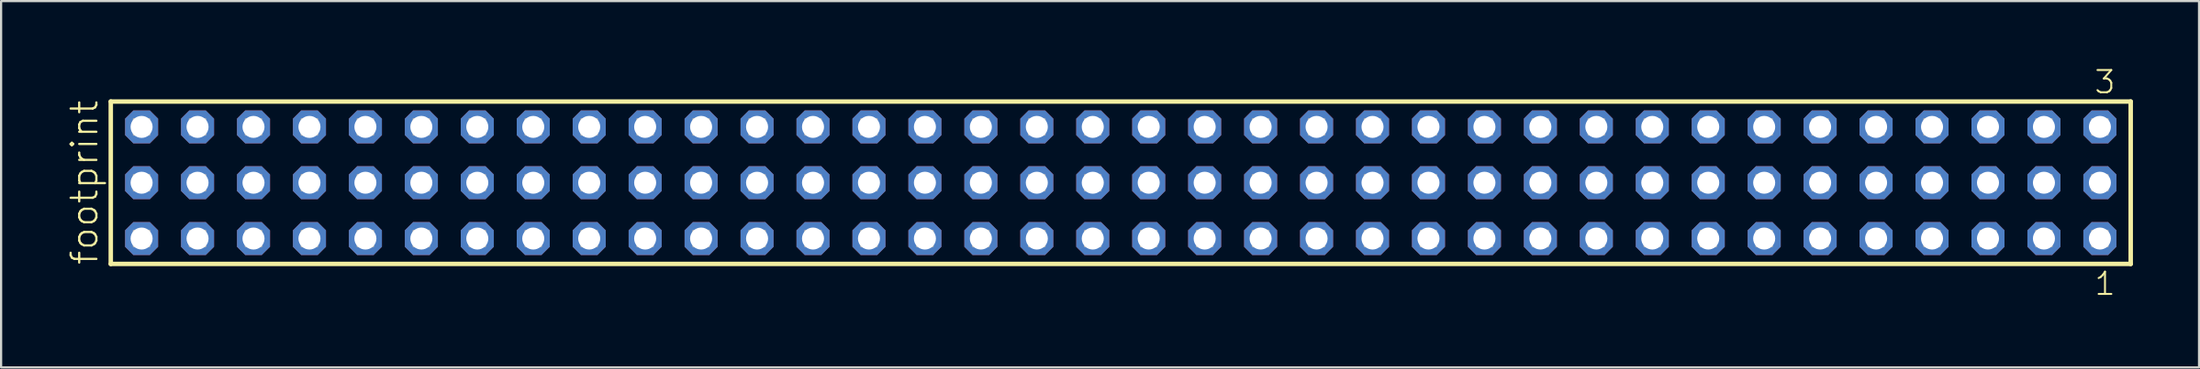
<source format=kicad_pcb>
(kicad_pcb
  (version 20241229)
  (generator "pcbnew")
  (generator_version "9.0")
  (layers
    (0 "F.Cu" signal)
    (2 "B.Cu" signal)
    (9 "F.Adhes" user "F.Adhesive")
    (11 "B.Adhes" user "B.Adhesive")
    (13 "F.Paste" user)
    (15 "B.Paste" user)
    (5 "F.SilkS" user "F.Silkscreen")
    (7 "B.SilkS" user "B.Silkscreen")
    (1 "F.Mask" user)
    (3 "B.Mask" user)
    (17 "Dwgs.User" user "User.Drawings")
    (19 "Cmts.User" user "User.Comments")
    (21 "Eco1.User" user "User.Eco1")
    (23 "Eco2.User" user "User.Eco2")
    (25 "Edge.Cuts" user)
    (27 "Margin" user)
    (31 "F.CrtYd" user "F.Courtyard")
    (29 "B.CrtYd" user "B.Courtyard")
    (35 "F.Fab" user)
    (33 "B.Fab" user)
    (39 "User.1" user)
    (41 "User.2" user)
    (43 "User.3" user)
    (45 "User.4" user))
  (footprint "footprint"
    (layer "F.Cu")
    (at 47.828 5.265)
    (property "Reference" "footprint" (at -46.355 3.81 90) (layer "F.SilkS") (effects (font (size 1.168 1.168) (thickness 0.102)) (justify left bottom)))
    (fp_line (start -45.849 -3.695) (end 45.849 -3.695) (stroke (width 0.203) (type solid)) (layer "F.SilkS"))
    (fp_line (start -45.849 3.695) (end -45.849 -3.695) (stroke (width 0.203) (type solid)) (layer "F.SilkS"))
    (fp_line (start 45.849 -3.695) (end 45.849 3.695) (stroke (width 0.203) (type solid)) (layer "F.SilkS"))
    (fp_line (start 45.849 3.695) (end -45.849 3.695) (stroke (width 0.203) (type solid)) (layer "F.SilkS"))
    (fp_poly (pts (xy -44.8 -2.19) (xy -44.1 -2.19) (xy -44.1 -2.89) (xy -44.8 -2.89)) (stroke (width 0.1) (type solid)) (fill no) (layer "F.Fab"))
    (fp_poly (pts (xy -44.8 0.35) (xy -44.1 0.35) (xy -44.1 -0.35) (xy -44.8 -0.35)) (stroke (width 0.1) (type solid)) (fill no) (layer "F.Fab"))
    (fp_poly (pts (xy -44.8 2.89) (xy -44.1 2.89) (xy -44.1 2.19) (xy -44.8 2.19)) (stroke (width 0.1) (type solid)) (fill no) (layer "F.Fab"))
    (fp_poly (pts (xy -42.26 -2.19) (xy -41.56 -2.19) (xy -41.56 -2.89) (xy -42.26 -2.89)) (stroke (width 0.1) (type solid)) (fill no) (layer "F.Fab"))
    (fp_poly (pts (xy -42.26 0.35) (xy -41.56 0.35) (xy -41.56 -0.35) (xy -42.26 -0.35)) (stroke (width 0.1) (type solid)) (fill no) (layer "F.Fab"))
    (fp_poly (pts (xy -42.26 2.89) (xy -41.56 2.89) (xy -41.56 2.19) (xy -42.26 2.19)) (stroke (width 0.1) (type solid)) (fill no) (layer "F.Fab"))
    (fp_poly (pts (xy -39.72 -2.19) (xy -39.02 -2.19) (xy -39.02 -2.89) (xy -39.72 -2.89)) (stroke (width 0.1) (type solid)) (fill no) (layer "F.Fab"))
    (fp_poly (pts (xy -39.72 0.35) (xy -39.02 0.35) (xy -39.02 -0.35) (xy -39.72 -0.35)) (stroke (width 0.1) (type solid)) (fill no) (layer "F.Fab"))
    (fp_poly (pts (xy -39.72 2.89) (xy -39.02 2.89) (xy -39.02 2.19) (xy -39.72 2.19)) (stroke (width 0.1) (type solid)) (fill no) (layer "F.Fab"))
    (fp_poly (pts (xy -37.18 -2.19) (xy -36.48 -2.19) (xy -36.48 -2.89) (xy -37.18 -2.89)) (stroke (width 0.1) (type solid)) (fill no) (layer "F.Fab"))
    (fp_poly (pts (xy -37.18 0.35) (xy -36.48 0.35) (xy -36.48 -0.35) (xy -37.18 -0.35)) (stroke (width 0.1) (type solid)) (fill no) (layer "F.Fab"))
    (fp_poly (pts (xy -37.18 2.89) (xy -36.48 2.89) (xy -36.48 2.19) (xy -37.18 2.19)) (stroke (width 0.1) (type solid)) (fill no) (layer "F.Fab"))
    (fp_poly (pts (xy -34.64 -2.19) (xy -33.94 -2.19) (xy -33.94 -2.89) (xy -34.64 -2.89)) (stroke (width 0.1) (type solid)) (fill no) (layer "F.Fab"))
    (fp_poly (pts (xy -34.64 0.35) (xy -33.94 0.35) (xy -33.94 -0.35) (xy -34.64 -0.35)) (stroke (width 0.1) (type solid)) (fill no) (layer "F.Fab"))
    (fp_poly (pts (xy -34.64 2.89) (xy -33.94 2.89) (xy -33.94 2.19) (xy -34.64 2.19)) (stroke (width 0.1) (type solid)) (fill no) (layer "F.Fab"))
    (fp_poly (pts (xy -32.1 -2.19) (xy -31.4 -2.19) (xy -31.4 -2.89) (xy -32.1 -2.89)) (stroke (width 0.1) (type solid)) (fill no) (layer "F.Fab"))
    (fp_poly (pts (xy -32.1 0.35) (xy -31.4 0.35) (xy -31.4 -0.35) (xy -32.1 -0.35)) (stroke (width 0.1) (type solid)) (fill no) (layer "F.Fab"))
    (fp_poly (pts (xy -32.1 2.89) (xy -31.4 2.89) (xy -31.4 2.19) (xy -32.1 2.19)) (stroke (width 0.1) (type solid)) (fill no) (layer "F.Fab"))
    (fp_poly (pts (xy -29.56 -2.19) (xy -28.86 -2.19) (xy -28.86 -2.89) (xy -29.56 -2.89)) (stroke (width 0.1) (type solid)) (fill no) (layer "F.Fab"))
    (fp_poly (pts (xy -29.56 0.35) (xy -28.86 0.35) (xy -28.86 -0.35) (xy -29.56 -0.35)) (stroke (width 0.1) (type solid)) (fill no) (layer "F.Fab"))
    (fp_poly (pts (xy -29.56 2.89) (xy -28.86 2.89) (xy -28.86 2.19) (xy -29.56 2.19)) (stroke (width 0.1) (type solid)) (fill no) (layer "F.Fab"))
    (fp_poly (pts (xy -27.02 -2.19) (xy -26.32 -2.19) (xy -26.32 -2.89) (xy -27.02 -2.89)) (stroke (width 0.1) (type solid)) (fill no) (layer "F.Fab"))
    (fp_poly (pts (xy -27.02 0.35) (xy -26.32 0.35) (xy -26.32 -0.35) (xy -27.02 -0.35)) (stroke (width 0.1) (type solid)) (fill no) (layer "F.Fab"))
    (fp_poly (pts (xy -27.02 2.89) (xy -26.32 2.89) (xy -26.32 2.19) (xy -27.02 2.19)) (stroke (width 0.1) (type solid)) (fill no) (layer "F.Fab"))
    (fp_poly (pts (xy -24.48 -2.19) (xy -23.78 -2.19) (xy -23.78 -2.89) (xy -24.48 -2.89)) (stroke (width 0.1) (type solid)) (fill no) (layer "F.Fab"))
    (fp_poly (pts (xy -24.48 0.35) (xy -23.78 0.35) (xy -23.78 -0.35) (xy -24.48 -0.35)) (stroke (width 0.1) (type solid)) (fill no) (layer "F.Fab"))
    (fp_poly (pts (xy -24.48 2.89) (xy -23.78 2.89) (xy -23.78 2.19) (xy -24.48 2.19)) (stroke (width 0.1) (type solid)) (fill no) (layer "F.Fab"))
    (fp_poly (pts (xy -21.94 -2.19) (xy -21.24 -2.19) (xy -21.24 -2.89) (xy -21.94 -2.89)) (stroke (width 0.1) (type solid)) (fill no) (layer "F.Fab"))
    (fp_poly (pts (xy -21.94 0.35) (xy -21.24 0.35) (xy -21.24 -0.35) (xy -21.94 -0.35)) (stroke (width 0.1) (type solid)) (fill no) (layer "F.Fab"))
    (fp_poly (pts (xy -21.94 2.89) (xy -21.24 2.89) (xy -21.24 2.19) (xy -21.94 2.19)) (stroke (width 0.1) (type solid)) (fill no) (layer "F.Fab"))
    (fp_poly (pts (xy -19.4 -2.19) (xy -18.7 -2.19) (xy -18.7 -2.89) (xy -19.4 -2.89)) (stroke (width 0.1) (type solid)) (fill no) (layer "F.Fab"))
    (fp_poly (pts (xy -19.4 0.35) (xy -18.7 0.35) (xy -18.7 -0.35) (xy -19.4 -0.35)) (stroke (width 0.1) (type solid)) (fill no) (layer "F.Fab"))
    (fp_poly (pts (xy -19.4 2.89) (xy -18.7 2.89) (xy -18.7 2.19) (xy -19.4 2.19)) (stroke (width 0.1) (type solid)) (fill no) (layer "F.Fab"))
    (fp_poly (pts (xy -16.86 -2.19) (xy -16.16 -2.19) (xy -16.16 -2.89) (xy -16.86 -2.89)) (stroke (width 0.1) (type solid)) (fill no) (layer "F.Fab"))
    (fp_poly (pts (xy -16.86 0.35) (xy -16.16 0.35) (xy -16.16 -0.35) (xy -16.86 -0.35)) (stroke (width 0.1) (type solid)) (fill no) (layer "F.Fab"))
    (fp_poly (pts (xy -16.86 2.89) (xy -16.16 2.89) (xy -16.16 2.19) (xy -16.86 2.19)) (stroke (width 0.1) (type solid)) (fill no) (layer "F.Fab"))
    (fp_poly (pts (xy -14.32 -2.19) (xy -13.62 -2.19) (xy -13.62 -2.89) (xy -14.32 -2.89)) (stroke (width 0.1) (type solid)) (fill no) (layer "F.Fab"))
    (fp_poly (pts (xy -14.32 0.35) (xy -13.62 0.35) (xy -13.62 -0.35) (xy -14.32 -0.35)) (stroke (width 0.1) (type solid)) (fill no) (layer "F.Fab"))
    (fp_poly (pts (xy -14.32 2.89) (xy -13.62 2.89) (xy -13.62 2.19) (xy -14.32 2.19)) (stroke (width 0.1) (type solid)) (fill no) (layer "F.Fab"))
    (fp_poly (pts (xy -11.78 -2.19) (xy -11.08 -2.19) (xy -11.08 -2.89) (xy -11.78 -2.89)) (stroke (width 0.1) (type solid)) (fill no) (layer "F.Fab"))
    (fp_poly (pts (xy -11.78 0.35) (xy -11.08 0.35) (xy -11.08 -0.35) (xy -11.78 -0.35)) (stroke (width 0.1) (type solid)) (fill no) (layer "F.Fab"))
    (fp_poly (pts (xy -11.78 2.89) (xy -11.08 2.89) (xy -11.08 2.19) (xy -11.78 2.19)) (stroke (width 0.1) (type solid)) (fill no) (layer "F.Fab"))
    (fp_poly (pts (xy -9.24 -2.19) (xy -8.54 -2.19) (xy -8.54 -2.89) (xy -9.24 -2.89)) (stroke (width 0.1) (type solid)) (fill no) (layer "F.Fab"))
    (fp_poly (pts (xy -9.24 0.35) (xy -8.54 0.35) (xy -8.54 -0.35) (xy -9.24 -0.35)) (stroke (width 0.1) (type solid)) (fill no) (layer "F.Fab"))
    (fp_poly (pts (xy -9.24 2.89) (xy -8.54 2.89) (xy -8.54 2.19) (xy -9.24 2.19)) (stroke (width 0.1) (type solid)) (fill no) (layer "F.Fab"))
    (fp_poly (pts (xy -6.7 -2.19) (xy -6 -2.19) (xy -6 -2.89) (xy -6.7 -2.89)) (stroke (width 0.1) (type solid)) (fill no) (layer "F.Fab"))
    (fp_poly (pts (xy -6.7 0.35) (xy -6 0.35) (xy -6 -0.35) (xy -6.7 -0.35)) (stroke (width 0.1) (type solid)) (fill no) (layer "F.Fab"))
    (fp_poly (pts (xy -6.7 2.89) (xy -6 2.89) (xy -6 2.19) (xy -6.7 2.19)) (stroke (width 0.1) (type solid)) (fill no) (layer "F.Fab"))
    (fp_poly (pts (xy -4.16 -2.19) (xy -3.46 -2.19) (xy -3.46 -2.89) (xy -4.16 -2.89)) (stroke (width 0.1) (type solid)) (fill no) (layer "F.Fab"))
    (fp_poly (pts (xy -4.16 0.35) (xy -3.46 0.35) (xy -3.46 -0.35) (xy -4.16 -0.35)) (stroke (width 0.1) (type solid)) (fill no) (layer "F.Fab"))
    (fp_poly (pts (xy -4.16 2.89) (xy -3.46 2.89) (xy -3.46 2.19) (xy -4.16 2.19)) (stroke (width 0.1) (type solid)) (fill no) (layer "F.Fab"))
    (fp_poly (pts (xy -1.62 -2.19) (xy -0.92 -2.19) (xy -0.92 -2.89) (xy -1.62 -2.89)) (stroke (width 0.1) (type solid)) (fill no) (layer "F.Fab"))
    (fp_poly (pts (xy -1.62 0.35) (xy -0.92 0.35) (xy -0.92 -0.35) (xy -1.62 -0.35)) (stroke (width 0.1) (type solid)) (fill no) (layer "F.Fab"))
    (fp_poly (pts (xy -1.62 2.89) (xy -0.92 2.89) (xy -0.92 2.19) (xy -1.62 2.19)) (stroke (width 0.1) (type solid)) (fill no) (layer "F.Fab"))
    (fp_poly (pts (xy 0.92 -2.19) (xy 1.62 -2.19) (xy 1.62 -2.89) (xy 0.92 -2.89)) (stroke (width 0.1) (type solid)) (fill no) (layer "F.Fab"))
    (fp_poly (pts (xy 0.92 0.35) (xy 1.62 0.35) (xy 1.62 -0.35) (xy 0.92 -0.35)) (stroke (width 0.1) (type solid)) (fill no) (layer "F.Fab"))
    (fp_poly (pts (xy 0.92 2.89) (xy 1.62 2.89) (xy 1.62 2.19) (xy 0.92 2.19)) (stroke (width 0.1) (type solid)) (fill no) (layer "F.Fab"))
    (fp_poly (pts (xy 3.46 -2.19) (xy 4.16 -2.19) (xy 4.16 -2.89) (xy 3.46 -2.89)) (stroke (width 0.1) (type solid)) (fill no) (layer "F.Fab"))
    (fp_poly (pts (xy 3.46 0.35) (xy 4.16 0.35) (xy 4.16 -0.35) (xy 3.46 -0.35)) (stroke (width 0.1) (type solid)) (fill no) (layer "F.Fab"))
    (fp_poly (pts (xy 3.46 2.89) (xy 4.16 2.89) (xy 4.16 2.19) (xy 3.46 2.19)) (stroke (width 0.1) (type solid)) (fill no) (layer "F.Fab"))
    (fp_poly (pts (xy 6 -2.19) (xy 6.7 -2.19) (xy 6.7 -2.89) (xy 6 -2.89)) (stroke (width 0.1) (type solid)) (fill no) (layer "F.Fab"))
    (fp_poly (pts (xy 6 0.35) (xy 6.7 0.35) (xy 6.7 -0.35) (xy 6 -0.35)) (stroke (width 0.1) (type solid)) (fill no) (layer "F.Fab"))
    (fp_poly (pts (xy 6 2.89) (xy 6.7 2.89) (xy 6.7 2.19) (xy 6 2.19)) (stroke (width 0.1) (type solid)) (fill no) (layer "F.Fab"))
    (fp_poly (pts (xy 8.54 -2.19) (xy 9.24 -2.19) (xy 9.24 -2.89) (xy 8.54 -2.89)) (stroke (width 0.1) (type solid)) (fill no) (layer "F.Fab"))
    (fp_poly (pts (xy 8.54 0.35) (xy 9.24 0.35) (xy 9.24 -0.35) (xy 8.54 -0.35)) (stroke (width 0.1) (type solid)) (fill no) (layer "F.Fab"))
    (fp_poly (pts (xy 8.54 2.89) (xy 9.24 2.89) (xy 9.24 2.19) (xy 8.54 2.19)) (stroke (width 0.1) (type solid)) (fill no) (layer "F.Fab"))
    (fp_poly (pts (xy 11.08 -2.19) (xy 11.78 -2.19) (xy 11.78 -2.89) (xy 11.08 -2.89)) (stroke (width 0.1) (type solid)) (fill no) (layer "F.Fab"))
    (fp_poly (pts (xy 11.08 0.35) (xy 11.78 0.35) (xy 11.78 -0.35) (xy 11.08 -0.35)) (stroke (width 0.1) (type solid)) (fill no) (layer "F.Fab"))
    (fp_poly (pts (xy 11.08 2.89) (xy 11.78 2.89) (xy 11.78 2.19) (xy 11.08 2.19)) (stroke (width 0.1) (type solid)) (fill no) (layer "F.Fab"))
    (fp_poly (pts (xy 13.62 -2.19) (xy 14.32 -2.19) (xy 14.32 -2.89) (xy 13.62 -2.89)) (stroke (width 0.1) (type solid)) (fill no) (layer "F.Fab"))
    (fp_poly (pts (xy 13.62 0.35) (xy 14.32 0.35) (xy 14.32 -0.35) (xy 13.62 -0.35)) (stroke (width 0.1) (type solid)) (fill no) (layer "F.Fab"))
    (fp_poly (pts (xy 13.62 2.89) (xy 14.32 2.89) (xy 14.32 2.19) (xy 13.62 2.19)) (stroke (width 0.1) (type solid)) (fill no) (layer "F.Fab"))
    (fp_poly (pts (xy 16.16 -2.19) (xy 16.86 -2.19) (xy 16.86 -2.89) (xy 16.16 -2.89)) (stroke (width 0.1) (type solid)) (fill no) (layer "F.Fab"))
    (fp_poly (pts (xy 16.16 0.35) (xy 16.86 0.35) (xy 16.86 -0.35) (xy 16.16 -0.35)) (stroke (width 0.1) (type solid)) (fill no) (layer "F.Fab"))
    (fp_poly (pts (xy 16.16 2.89) (xy 16.86 2.89) (xy 16.86 2.19) (xy 16.16 2.19)) (stroke (width 0.1) (type solid)) (fill no) (layer "F.Fab"))
    (fp_poly (pts (xy 18.7 -2.19) (xy 19.4 -2.19) (xy 19.4 -2.89) (xy 18.7 -2.89)) (stroke (width 0.1) (type solid)) (fill no) (layer "F.Fab"))
    (fp_poly (pts (xy 18.7 0.35) (xy 19.4 0.35) (xy 19.4 -0.35) (xy 18.7 -0.35)) (stroke (width 0.1) (type solid)) (fill no) (layer "F.Fab"))
    (fp_poly (pts (xy 18.7 2.89) (xy 19.4 2.89) (xy 19.4 2.19) (xy 18.7 2.19)) (stroke (width 0.1) (type solid)) (fill no) (layer "F.Fab"))
    (fp_poly (pts (xy 21.24 -2.19) (xy 21.94 -2.19) (xy 21.94 -2.89) (xy 21.24 -2.89)) (stroke (width 0.1) (type solid)) (fill no) (layer "F.Fab"))
    (fp_poly (pts (xy 21.24 0.35) (xy 21.94 0.35) (xy 21.94 -0.35) (xy 21.24 -0.35)) (stroke (width 0.1) (type solid)) (fill no) (layer "F.Fab"))
    (fp_poly (pts (xy 21.24 2.89) (xy 21.94 2.89) (xy 21.94 2.19) (xy 21.24 2.19)) (stroke (width 0.1) (type solid)) (fill no) (layer "F.Fab"))
    (fp_poly (pts (xy 23.78 -2.19) (xy 24.48 -2.19) (xy 24.48 -2.89) (xy 23.78 -2.89)) (stroke (width 0.1) (type solid)) (fill no) (layer "F.Fab"))
    (fp_poly (pts (xy 23.78 0.35) (xy 24.48 0.35) (xy 24.48 -0.35) (xy 23.78 -0.35)) (stroke (width 0.1) (type solid)) (fill no) (layer "F.Fab"))
    (fp_poly (pts (xy 23.78 2.89) (xy 24.48 2.89) (xy 24.48 2.19) (xy 23.78 2.19)) (stroke (width 0.1) (type solid)) (fill no) (layer "F.Fab"))
    (fp_poly (pts (xy 26.32 -2.19) (xy 27.02 -2.19) (xy 27.02 -2.89) (xy 26.32 -2.89)) (stroke (width 0.1) (type solid)) (fill no) (layer "F.Fab"))
    (fp_poly (pts (xy 26.32 0.35) (xy 27.02 0.35) (xy 27.02 -0.35) (xy 26.32 -0.35)) (stroke (width 0.1) (type solid)) (fill no) (layer "F.Fab"))
    (fp_poly (pts (xy 26.32 2.89) (xy 27.02 2.89) (xy 27.02 2.19) (xy 26.32 2.19)) (stroke (width 0.1) (type solid)) (fill no) (layer "F.Fab"))
    (fp_poly (pts (xy 28.86 -2.19) (xy 29.56 -2.19) (xy 29.56 -2.89) (xy 28.86 -2.89)) (stroke (width 0.1) (type solid)) (fill no) (layer "F.Fab"))
    (fp_poly (pts (xy 28.86 0.35) (xy 29.56 0.35) (xy 29.56 -0.35) (xy 28.86 -0.35)) (stroke (width 0.1) (type solid)) (fill no) (layer "F.Fab"))
    (fp_poly (pts (xy 28.86 2.89) (xy 29.56 2.89) (xy 29.56 2.19) (xy 28.86 2.19)) (stroke (width 0.1) (type solid)) (fill no) (layer "F.Fab"))
    (fp_poly (pts (xy 31.4 -2.19) (xy 32.1 -2.19) (xy 32.1 -2.89) (xy 31.4 -2.89)) (stroke (width 0.1) (type solid)) (fill no) (layer "F.Fab"))
    (fp_poly (pts (xy 31.4 0.35) (xy 32.1 0.35) (xy 32.1 -0.35) (xy 31.4 -0.35)) (stroke (width 0.1) (type solid)) (fill no) (layer "F.Fab"))
    (fp_poly (pts (xy 31.4 2.89) (xy 32.1 2.89) (xy 32.1 2.19) (xy 31.4 2.19)) (stroke (width 0.1) (type solid)) (fill no) (layer "F.Fab"))
    (fp_poly (pts (xy 33.94 -2.19) (xy 34.64 -2.19) (xy 34.64 -2.89) (xy 33.94 -2.89)) (stroke (width 0.1) (type solid)) (fill no) (layer "F.Fab"))
    (fp_poly (pts (xy 33.94 0.35) (xy 34.64 0.35) (xy 34.64 -0.35) (xy 33.94 -0.35)) (stroke (width 0.1) (type solid)) (fill no) (layer "F.Fab"))
    (fp_poly (pts (xy 33.94 2.89) (xy 34.64 2.89) (xy 34.64 2.19) (xy 33.94 2.19)) (stroke (width 0.1) (type solid)) (fill no) (layer "F.Fab"))
    (fp_poly (pts (xy 36.48 -2.19) (xy 37.18 -2.19) (xy 37.18 -2.89) (xy 36.48 -2.89)) (stroke (width 0.1) (type solid)) (fill no) (layer "F.Fab"))
    (fp_poly (pts (xy 36.48 0.35) (xy 37.18 0.35) (xy 37.18 -0.35) (xy 36.48 -0.35)) (stroke (width 0.1) (type solid)) (fill no) (layer "F.Fab"))
    (fp_poly (pts (xy 36.48 2.89) (xy 37.18 2.89) (xy 37.18 2.19) (xy 36.48 2.19)) (stroke (width 0.1) (type solid)) (fill no) (layer "F.Fab"))
    (fp_poly (pts (xy 39.02 -2.19) (xy 39.72 -2.19) (xy 39.72 -2.89) (xy 39.02 -2.89)) (stroke (width 0.1) (type solid)) (fill no) (layer "F.Fab"))
    (fp_poly (pts (xy 39.02 0.35) (xy 39.72 0.35) (xy 39.72 -0.35) (xy 39.02 -0.35)) (stroke (width 0.1) (type solid)) (fill no) (layer "F.Fab"))
    (fp_poly (pts (xy 39.02 2.89) (xy 39.72 2.89) (xy 39.72 2.19) (xy 39.02 2.19)) (stroke (width 0.1) (type solid)) (fill no) (layer "F.Fab"))
    (fp_poly (pts (xy 41.56 -2.19) (xy 42.26 -2.19) (xy 42.26 -2.89) (xy 41.56 -2.89)) (stroke (width 0.1) (type solid)) (fill no) (layer "F.Fab"))
    (fp_poly (pts (xy 41.56 0.35) (xy 42.26 0.35) (xy 42.26 -0.35) (xy 41.56 -0.35)) (stroke (width 0.1) (type solid)) (fill no) (layer "F.Fab"))
    (fp_poly (pts (xy 41.56 2.89) (xy 42.26 2.89) (xy 42.26 2.19) (xy 41.56 2.19)) (stroke (width 0.1) (type solid)) (fill no) (layer "F.Fab"))
    (fp_poly (pts (xy 44.1 -2.19) (xy 44.8 -2.19) (xy 44.8 -2.89) (xy 44.1 -2.89)) (stroke (width 0.1) (type solid)) (fill no) (layer "F.Fab"))
    (fp_poly (pts (xy 44.1 0.35) (xy 44.8 0.35) (xy 44.8 -0.35) (xy 44.1 -0.35)) (stroke (width 0.1) (type solid)) (fill no) (layer "F.Fab"))
    (fp_poly (pts (xy 44.1 2.89) (xy 44.8 2.89) (xy 44.8 2.19) (xy 44.1 2.19)) (stroke (width 0.1) (type solid)) (fill no) (layer "F.Fab"))
    (fp_text user "1" (at 44.142 5.188 0) (layer "F.SilkS") (effects (font (size 1.012 1.012) (thickness 0.088)) (justify left bottom)))
    (fp_text user "3" (at 44.138 -3.989 0) (layer "F.SilkS") (effects (font (size 1.012 1.012) (thickness 0.088)) (justify left bottom)))
    (pad "1" thru_hole roundrect (at 44.45 2.54 180) (size 1.5 1.5) (drill 1) (layers "*.Cu" "*.Mask") (roundrect_rratio 0.25) (chamfer_ratio 0.25) (chamfer top_left top_right bottom_left bottom_right))
    (pad "2" thru_hole roundrect (at 44.45 0 180) (size 1.5 1.5) (drill 1) (layers "*.Cu" "*.Mask") (roundrect_rratio 0.25) (chamfer_ratio 0.25) (chamfer top_left top_right bottom_left bottom_right))
    (pad "3" thru_hole roundrect (at 44.45 -2.54 180) (size 1.5 1.5) (drill 1) (layers "*.Cu" "*.Mask") (roundrect_rratio 0.25) (chamfer_ratio 0.25) (chamfer top_left top_right bottom_left bottom_right))
    (pad "4" thru_hole roundrect (at 41.91 2.54 180) (size 1.5 1.5) (drill 1) (layers "*.Cu" "*.Mask") (roundrect_rratio 0.25) (chamfer_ratio 0.25) (chamfer top_left top_right bottom_left bottom_right))
    (pad "5" thru_hole roundrect (at 41.91 0 180) (size 1.5 1.5) (drill 1) (layers "*.Cu" "*.Mask") (roundrect_rratio 0.25) (chamfer_ratio 0.25) (chamfer top_left top_right bottom_left bottom_right))
    (pad "6" thru_hole roundrect (at 41.91 -2.54 180) (size 1.5 1.5) (drill 1) (layers "*.Cu" "*.Mask") (roundrect_rratio 0.25) (chamfer_ratio 0.25) (chamfer top_left top_right bottom_left bottom_right))
    (pad "7" thru_hole roundrect (at 39.37 2.54 180) (size 1.5 1.5) (drill 1) (layers "*.Cu" "*.Mask") (roundrect_rratio 0.25) (chamfer_ratio 0.25) (chamfer top_left top_right bottom_left bottom_right))
    (pad "8" thru_hole roundrect (at 39.37 0 180) (size 1.5 1.5) (drill 1) (layers "*.Cu" "*.Mask") (roundrect_rratio 0.25) (chamfer_ratio 0.25) (chamfer top_left top_right bottom_left bottom_right))
    (pad "9" thru_hole roundrect (at 39.37 -2.54 180) (size 1.5 1.5) (drill 1) (layers "*.Cu" "*.Mask") (roundrect_rratio 0.25) (chamfer_ratio 0.25) (chamfer top_left top_right bottom_left bottom_right))
    (pad "10" thru_hole roundrect (at 36.83 2.54 180) (size 1.5 1.5) (drill 1) (layers "*.Cu" "*.Mask") (roundrect_rratio 0.25) (chamfer_ratio 0.25) (chamfer top_left top_right bottom_left bottom_right))
    (pad "11" thru_hole roundrect (at 36.83 0 180) (size 1.5 1.5) (drill 1) (layers "*.Cu" "*.Mask") (roundrect_rratio 0.25) (chamfer_ratio 0.25) (chamfer top_left top_right bottom_left bottom_right))
    (pad "12" thru_hole roundrect (at 36.83 -2.54 180) (size 1.5 1.5) (drill 1) (layers "*.Cu" "*.Mask") (roundrect_rratio 0.25) (chamfer_ratio 0.25) (chamfer top_left top_right bottom_left bottom_right))
    (pad "13" thru_hole roundrect (at 34.29 2.54 180) (size 1.5 1.5) (drill 1) (layers "*.Cu" "*.Mask") (roundrect_rratio 0.25) (chamfer_ratio 0.25) (chamfer top_left top_right bottom_left bottom_right))
    (pad "14" thru_hole roundrect (at 34.29 0 180) (size 1.5 1.5) (drill 1) (layers "*.Cu" "*.Mask") (roundrect_rratio 0.25) (chamfer_ratio 0.25) (chamfer top_left top_right bottom_left bottom_right))
    (pad "15" thru_hole roundrect (at 34.29 -2.54 180) (size 1.5 1.5) (drill 1) (layers "*.Cu" "*.Mask") (roundrect_rratio 0.25) (chamfer_ratio 0.25) (chamfer top_left top_right bottom_left bottom_right))
    (pad "16" thru_hole roundrect (at 31.75 2.54 180) (size 1.5 1.5) (drill 1) (layers "*.Cu" "*.Mask") (roundrect_rratio 0.25) (chamfer_ratio 0.25) (chamfer top_left top_right bottom_left bottom_right))
    (pad "17" thru_hole roundrect (at 31.75 0 180) (size 1.5 1.5) (drill 1) (layers "*.Cu" "*.Mask") (roundrect_rratio 0.25) (chamfer_ratio 0.25) (chamfer top_left top_right bottom_left bottom_right))
    (pad "18" thru_hole roundrect (at 31.75 -2.54 180) (size 1.5 1.5) (drill 1) (layers "*.Cu" "*.Mask") (roundrect_rratio 0.25) (chamfer_ratio 0.25) (chamfer top_left top_right bottom_left bottom_right))
    (pad "19" thru_hole roundrect (at 29.21 2.54 180) (size 1.5 1.5) (drill 1) (layers "*.Cu" "*.Mask") (roundrect_rratio 0.25) (chamfer_ratio 0.25) (chamfer top_left top_right bottom_left bottom_right))
    (pad "20" thru_hole roundrect (at 29.21 0 180) (size 1.5 1.5) (drill 1) (layers "*.Cu" "*.Mask") (roundrect_rratio 0.25) (chamfer_ratio 0.25) (chamfer top_left top_right bottom_left bottom_right))
    (pad "21" thru_hole roundrect (at 29.21 -2.54 180) (size 1.5 1.5) (drill 1) (layers "*.Cu" "*.Mask") (roundrect_rratio 0.25) (chamfer_ratio 0.25) (chamfer top_left top_right bottom_left bottom_right))
    (pad "22" thru_hole roundrect (at 26.67 2.54 180) (size 1.5 1.5) (drill 1) (layers "*.Cu" "*.Mask") (roundrect_rratio 0.25) (chamfer_ratio 0.25) (chamfer top_left top_right bottom_left bottom_right))
    (pad "23" thru_hole roundrect (at 26.67 0 180) (size 1.5 1.5) (drill 1) (layers "*.Cu" "*.Mask") (roundrect_rratio 0.25) (chamfer_ratio 0.25) (chamfer top_left top_right bottom_left bottom_right))
    (pad "24" thru_hole roundrect (at 26.67 -2.54 180) (size 1.5 1.5) (drill 1) (layers "*.Cu" "*.Mask") (roundrect_rratio 0.25) (chamfer_ratio 0.25) (chamfer top_left top_right bottom_left bottom_right))
    (pad "25" thru_hole roundrect (at 24.13 2.54 180) (size 1.5 1.5) (drill 1) (layers "*.Cu" "*.Mask") (roundrect_rratio 0.25) (chamfer_ratio 0.25) (chamfer top_left top_right bottom_left bottom_right))
    (pad "26" thru_hole roundrect (at 24.13 0 180) (size 1.5 1.5) (drill 1) (layers "*.Cu" "*.Mask") (roundrect_rratio 0.25) (chamfer_ratio 0.25) (chamfer top_left top_right bottom_left bottom_right))
    (pad "27" thru_hole roundrect (at 24.13 -2.54 180) (size 1.5 1.5) (drill 1) (layers "*.Cu" "*.Mask") (roundrect_rratio 0.25) (chamfer_ratio 0.25) (chamfer top_left top_right bottom_left bottom_right))
    (pad "28" thru_hole roundrect (at 21.59 2.54 180) (size 1.5 1.5) (drill 1) (layers "*.Cu" "*.Mask") (roundrect_rratio 0.25) (chamfer_ratio 0.25) (chamfer top_left top_right bottom_left bottom_right))
    (pad "29" thru_hole roundrect (at 21.59 0 180) (size 1.5 1.5) (drill 1) (layers "*.Cu" "*.Mask") (roundrect_rratio 0.25) (chamfer_ratio 0.25) (chamfer top_left top_right bottom_left bottom_right))
    (pad "30" thru_hole roundrect (at 21.59 -2.54 180) (size 1.5 1.5) (drill 1) (layers "*.Cu" "*.Mask") (roundrect_rratio 0.25) (chamfer_ratio 0.25) (chamfer top_left top_right bottom_left bottom_right))
    (pad "31" thru_hole roundrect (at 19.05 2.54 180) (size 1.5 1.5) (drill 1) (layers "*.Cu" "*.Mask") (roundrect_rratio 0.25) (chamfer_ratio 0.25) (chamfer top_left top_right bottom_left bottom_right))
    (pad "32" thru_hole roundrect (at 19.05 0 180) (size 1.5 1.5) (drill 1) (layers "*.Cu" "*.Mask") (roundrect_rratio 0.25) (chamfer_ratio 0.25) (chamfer top_left top_right bottom_left bottom_right))
    (pad "33" thru_hole roundrect (at 19.05 -2.54 180) (size 1.5 1.5) (drill 1) (layers "*.Cu" "*.Mask") (roundrect_rratio 0.25) (chamfer_ratio 0.25) (chamfer top_left top_right bottom_left bottom_right))
    (pad "34" thru_hole roundrect (at 16.51 2.54 180) (size 1.5 1.5) (drill 1) (layers "*.Cu" "*.Mask") (roundrect_rratio 0.25) (chamfer_ratio 0.25) (chamfer top_left top_right bottom_left bottom_right))
    (pad "35" thru_hole roundrect (at 16.51 0 180) (size 1.5 1.5) (drill 1) (layers "*.Cu" "*.Mask") (roundrect_rratio 0.25) (chamfer_ratio 0.25) (chamfer top_left top_right bottom_left bottom_right))
    (pad "36" thru_hole roundrect (at 16.51 -2.54 180) (size 1.5 1.5) (drill 1) (layers "*.Cu" "*.Mask") (roundrect_rratio 0.25) (chamfer_ratio 0.25) (chamfer top_left top_right bottom_left bottom_right))
    (pad "37" thru_hole roundrect (at 13.97 2.54 180) (size 1.5 1.5) (drill 1) (layers "*.Cu" "*.Mask") (roundrect_rratio 0.25) (chamfer_ratio 0.25) (chamfer top_left top_right bottom_left bottom_right))
    (pad "38" thru_hole roundrect (at 13.97 0 180) (size 1.5 1.5) (drill 1) (layers "*.Cu" "*.Mask") (roundrect_rratio 0.25) (chamfer_ratio 0.25) (chamfer top_left top_right bottom_left bottom_right))
    (pad "39" thru_hole roundrect (at 13.97 -2.54 180) (size 1.5 1.5) (drill 1) (layers "*.Cu" "*.Mask") (roundrect_rratio 0.25) (chamfer_ratio 0.25) (chamfer top_left top_right bottom_left bottom_right))
    (pad "40" thru_hole roundrect (at 11.43 2.54 180) (size 1.5 1.5) (drill 1) (layers "*.Cu" "*.Mask") (roundrect_rratio 0.25) (chamfer_ratio 0.25) (chamfer top_left top_right bottom_left bottom_right))
    (pad "41" thru_hole roundrect (at 11.43 0 180) (size 1.5 1.5) (drill 1) (layers "*.Cu" "*.Mask") (roundrect_rratio 0.25) (chamfer_ratio 0.25) (chamfer top_left top_right bottom_left bottom_right))
    (pad "42" thru_hole roundrect (at 11.43 -2.54 180) (size 1.5 1.5) (drill 1) (layers "*.Cu" "*.Mask") (roundrect_rratio 0.25) (chamfer_ratio 0.25) (chamfer top_left top_right bottom_left bottom_right))
    (pad "43" thru_hole roundrect (at 8.89 2.54 180) (size 1.5 1.5) (drill 1) (layers "*.Cu" "*.Mask") (roundrect_rratio 0.25) (chamfer_ratio 0.25) (chamfer top_left top_right bottom_left bottom_right))
    (pad "44" thru_hole roundrect (at 8.89 0 180) (size 1.5 1.5) (drill 1) (layers "*.Cu" "*.Mask") (roundrect_rratio 0.25) (chamfer_ratio 0.25) (chamfer top_left top_right bottom_left bottom_right))
    (pad "45" thru_hole roundrect (at 8.89 -2.54 180) (size 1.5 1.5) (drill 1) (layers "*.Cu" "*.Mask") (roundrect_rratio 0.25) (chamfer_ratio 0.25) (chamfer top_left top_right bottom_left bottom_right))
    (pad "46" thru_hole roundrect (at 6.35 2.54 180) (size 1.5 1.5) (drill 1) (layers "*.Cu" "*.Mask") (roundrect_rratio 0.25) (chamfer_ratio 0.25) (chamfer top_left top_right bottom_left bottom_right))
    (pad "47" thru_hole roundrect (at 6.35 0 180) (size 1.5 1.5) (drill 1) (layers "*.Cu" "*.Mask") (roundrect_rratio 0.25) (chamfer_ratio 0.25) (chamfer top_left top_right bottom_left bottom_right))
    (pad "48" thru_hole roundrect (at 6.35 -2.54 180) (size 1.5 1.5) (drill 1) (layers "*.Cu" "*.Mask") (roundrect_rratio 0.25) (chamfer_ratio 0.25) (chamfer top_left top_right bottom_left bottom_right))
    (pad "49" thru_hole roundrect (at 3.81 2.54 180) (size 1.5 1.5) (drill 1) (layers "*.Cu" "*.Mask") (roundrect_rratio 0.25) (chamfer_ratio 0.25) (chamfer top_left top_right bottom_left bottom_right))
    (pad "50" thru_hole roundrect (at 3.81 0 180) (size 1.5 1.5) (drill 1) (layers "*.Cu" "*.Mask") (roundrect_rratio 0.25) (chamfer_ratio 0.25) (chamfer top_left top_right bottom_left bottom_right))
    (pad "51" thru_hole roundrect (at 3.81 -2.54 180) (size 1.5 1.5) (drill 1) (layers "*.Cu" "*.Mask") (roundrect_rratio 0.25) (chamfer_ratio 0.25) (chamfer top_left top_right bottom_left bottom_right))
    (pad "52" thru_hole roundrect (at 1.27 2.54 180) (size 1.5 1.5) (drill 1) (layers "*.Cu" "*.Mask") (roundrect_rratio 0.25) (chamfer_ratio 0.25) (chamfer top_left top_right bottom_left bottom_right))
    (pad "53" thru_hole roundrect (at 1.27 0 180) (size 1.5 1.5) (drill 1) (layers "*.Cu" "*.Mask") (roundrect_rratio 0.25) (chamfer_ratio 0.25) (chamfer top_left top_right bottom_left bottom_right))
    (pad "54" thru_hole roundrect (at 1.27 -2.54 180) (size 1.5 1.5) (drill 1) (layers "*.Cu" "*.Mask") (roundrect_rratio 0.25) (chamfer_ratio 0.25) (chamfer top_left top_right bottom_left bottom_right))
    (pad "55" thru_hole roundrect (at -1.27 2.54 180) (size 1.5 1.5) (drill 1) (layers "*.Cu" "*.Mask") (roundrect_rratio 0.25) (chamfer_ratio 0.25) (chamfer top_left top_right bottom_left bottom_right))
    (pad "56" thru_hole roundrect (at -1.27 0 180) (size 1.5 1.5) (drill 1) (layers "*.Cu" "*.Mask") (roundrect_rratio 0.25) (chamfer_ratio 0.25) (chamfer top_left top_right bottom_left bottom_right))
    (pad "57" thru_hole roundrect (at -1.27 -2.54 180) (size 1.5 1.5) (drill 1) (layers "*.Cu" "*.Mask") (roundrect_rratio 0.25) (chamfer_ratio 0.25) (chamfer top_left top_right bottom_left bottom_right))
    (pad "58" thru_hole roundrect (at -3.81 2.54 180) (size 1.5 1.5) (drill 1) (layers "*.Cu" "*.Mask") (roundrect_rratio 0.25) (chamfer_ratio 0.25) (chamfer top_left top_right bottom_left bottom_right))
    (pad "59" thru_hole roundrect (at -3.81 0 180) (size 1.5 1.5) (drill 1) (layers "*.Cu" "*.Mask") (roundrect_rratio 0.25) (chamfer_ratio 0.25) (chamfer top_left top_right bottom_left bottom_right))
    (pad "60" thru_hole roundrect (at -3.81 -2.54 180) (size 1.5 1.5) (drill 1) (layers "*.Cu" "*.Mask") (roundrect_rratio 0.25) (chamfer_ratio 0.25) (chamfer top_left top_right bottom_left bottom_right))
    (pad "61" thru_hole roundrect (at -6.35 2.54 180) (size 1.5 1.5) (drill 1) (layers "*.Cu" "*.Mask") (roundrect_rratio 0.25) (chamfer_ratio 0.25) (chamfer top_left top_right bottom_left bottom_right))
    (pad "62" thru_hole roundrect (at -6.35 0 180) (size 1.5 1.5) (drill 1) (layers "*.Cu" "*.Mask") (roundrect_rratio 0.25) (chamfer_ratio 0.25) (chamfer top_left top_right bottom_left bottom_right))
    (pad "63" thru_hole roundrect (at -6.35 -2.54 180) (size 1.5 1.5) (drill 1) (layers "*.Cu" "*.Mask") (roundrect_rratio 0.25) (chamfer_ratio 0.25) (chamfer top_left top_right bottom_left bottom_right))
    (pad "64" thru_hole roundrect (at -8.89 2.54 180) (size 1.5 1.5) (drill 1) (layers "*.Cu" "*.Mask") (roundrect_rratio 0.25) (chamfer_ratio 0.25) (chamfer top_left top_right bottom_left bottom_right))
    (pad "65" thru_hole roundrect (at -8.89 0 180) (size 1.5 1.5) (drill 1) (layers "*.Cu" "*.Mask") (roundrect_rratio 0.25) (chamfer_ratio 0.25) (chamfer top_left top_right bottom_left bottom_right))
    (pad "66" thru_hole roundrect (at -8.89 -2.54 180) (size 1.5 1.5) (drill 1) (layers "*.Cu" "*.Mask") (roundrect_rratio 0.25) (chamfer_ratio 0.25) (chamfer top_left top_right bottom_left bottom_right))
    (pad "67" thru_hole roundrect (at -11.43 2.54 180) (size 1.5 1.5) (drill 1) (layers "*.Cu" "*.Mask") (roundrect_rratio 0.25) (chamfer_ratio 0.25) (chamfer top_left top_right bottom_left bottom_right))
    (pad "68" thru_hole roundrect (at -11.43 0 180) (size 1.5 1.5) (drill 1) (layers "*.Cu" "*.Mask") (roundrect_rratio 0.25) (chamfer_ratio 0.25) (chamfer top_left top_right bottom_left bottom_right))
    (pad "69" thru_hole roundrect (at -11.43 -2.54 180) (size 1.5 1.5) (drill 1) (layers "*.Cu" "*.Mask") (roundrect_rratio 0.25) (chamfer_ratio 0.25) (chamfer top_left top_right bottom_left bottom_right))
    (pad "70" thru_hole roundrect (at -13.97 2.54 180) (size 1.5 1.5) (drill 1) (layers "*.Cu" "*.Mask") (roundrect_rratio 0.25) (chamfer_ratio 0.25) (chamfer top_left top_right bottom_left bottom_right))
    (pad "71" thru_hole roundrect (at -13.97 0 180) (size 1.5 1.5) (drill 1) (layers "*.Cu" "*.Mask") (roundrect_rratio 0.25) (chamfer_ratio 0.25) (chamfer top_left top_right bottom_left bottom_right))
    (pad "72" thru_hole roundrect (at -13.97 -2.54 180) (size 1.5 1.5) (drill 1) (layers "*.Cu" "*.Mask") (roundrect_rratio 0.25) (chamfer_ratio 0.25) (chamfer top_left top_right bottom_left bottom_right))
    (pad "73" thru_hole roundrect (at -16.51 2.54 180) (size 1.5 1.5) (drill 1) (layers "*.Cu" "*.Mask") (roundrect_rratio 0.25) (chamfer_ratio 0.25) (chamfer top_left top_right bottom_left bottom_right))
    (pad "74" thru_hole roundrect (at -16.51 0 180) (size 1.5 1.5) (drill 1) (layers "*.Cu" "*.Mask") (roundrect_rratio 0.25) (chamfer_ratio 0.25) (chamfer top_left top_right bottom_left bottom_right))
    (pad "75" thru_hole roundrect (at -16.51 -2.54 180) (size 1.5 1.5) (drill 1) (layers "*.Cu" "*.Mask") (roundrect_rratio 0.25) (chamfer_ratio 0.25) (chamfer top_left top_right bottom_left bottom_right))
    (pad "76" thru_hole roundrect (at -19.05 2.54 180) (size 1.5 1.5) (drill 1) (layers "*.Cu" "*.Mask") (roundrect_rratio 0.25) (chamfer_ratio 0.25) (chamfer top_left top_right bottom_left bottom_right))
    (pad "77" thru_hole roundrect (at -19.05 0 180) (size 1.5 1.5) (drill 1) (layers "*.Cu" "*.Mask") (roundrect_rratio 0.25) (chamfer_ratio 0.25) (chamfer top_left top_right bottom_left bottom_right))
    (pad "78" thru_hole roundrect (at -19.05 -2.54 180) (size 1.5 1.5) (drill 1) (layers "*.Cu" "*.Mask") (roundrect_rratio 0.25) (chamfer_ratio 0.25) (chamfer top_left top_right bottom_left bottom_right))
    (pad "79" thru_hole roundrect (at -21.59 2.54 180) (size 1.5 1.5) (drill 1) (layers "*.Cu" "*.Mask") (roundrect_rratio 0.25) (chamfer_ratio 0.25) (chamfer top_left top_right bottom_left bottom_right))
    (pad "80" thru_hole roundrect (at -21.59 0 180) (size 1.5 1.5) (drill 1) (layers "*.Cu" "*.Mask") (roundrect_rratio 0.25) (chamfer_ratio 0.25) (chamfer top_left top_right bottom_left bottom_right))
    (pad "81" thru_hole roundrect (at -21.59 -2.54 180) (size 1.5 1.5) (drill 1) (layers "*.Cu" "*.Mask") (roundrect_rratio 0.25) (chamfer_ratio 0.25) (chamfer top_left top_right bottom_left bottom_right))
    (pad "82" thru_hole roundrect (at -24.13 2.54 180) (size 1.5 1.5) (drill 1) (layers "*.Cu" "*.Mask") (roundrect_rratio 0.25) (chamfer_ratio 0.25) (chamfer top_left top_right bottom_left bottom_right))
    (pad "83" thru_hole roundrect (at -24.13 0 180) (size 1.5 1.5) (drill 1) (layers "*.Cu" "*.Mask") (roundrect_rratio 0.25) (chamfer_ratio 0.25) (chamfer top_left top_right bottom_left bottom_right))
    (pad "84" thru_hole roundrect (at -24.13 -2.54 180) (size 1.5 1.5) (drill 1) (layers "*.Cu" "*.Mask") (roundrect_rratio 0.25) (chamfer_ratio 0.25) (chamfer top_left top_right bottom_left bottom_right))
    (pad "85" thru_hole roundrect (at -26.67 2.54 180) (size 1.5 1.5) (drill 1) (layers "*.Cu" "*.Mask") (roundrect_rratio 0.25) (chamfer_ratio 0.25) (chamfer top_left top_right bottom_left bottom_right))
    (pad "86" thru_hole roundrect (at -26.67 0 180) (size 1.5 1.5) (drill 1) (layers "*.Cu" "*.Mask") (roundrect_rratio 0.25) (chamfer_ratio 0.25) (chamfer top_left top_right bottom_left bottom_right))
    (pad "87" thru_hole roundrect (at -26.67 -2.54 180) (size 1.5 1.5) (drill 1) (layers "*.Cu" "*.Mask") (roundrect_rratio 0.25) (chamfer_ratio 0.25) (chamfer top_left top_right bottom_left bottom_right))
    (pad "88" thru_hole roundrect (at -29.21 2.54 180) (size 1.5 1.5) (drill 1) (layers "*.Cu" "*.Mask") (roundrect_rratio 0.25) (chamfer_ratio 0.25) (chamfer top_left top_right bottom_left bottom_right))
    (pad "89" thru_hole roundrect (at -29.21 0 180) (size 1.5 1.5) (drill 1) (layers "*.Cu" "*.Mask") (roundrect_rratio 0.25) (chamfer_ratio 0.25) (chamfer top_left top_right bottom_left bottom_right))
    (pad "90" thru_hole roundrect (at -29.21 -2.54 180) (size 1.5 1.5) (drill 1) (layers "*.Cu" "*.Mask") (roundrect_rratio 0.25) (chamfer_ratio 0.25) (chamfer top_left top_right bottom_left bottom_right))
    (pad "91" thru_hole roundrect (at -31.75 2.54 180) (size 1.5 1.5) (drill 1) (layers "*.Cu" "*.Mask") (roundrect_rratio 0.25) (chamfer_ratio 0.25) (chamfer top_left top_right bottom_left bottom_right))
    (pad "92" thru_hole roundrect (at -31.75 0 180) (size 1.5 1.5) (drill 1) (layers "*.Cu" "*.Mask") (roundrect_rratio 0.25) (chamfer_ratio 0.25) (chamfer top_left top_right bottom_left bottom_right))
    (pad "93" thru_hole roundrect (at -31.75 -2.54 180) (size 1.5 1.5) (drill 1) (layers "*.Cu" "*.Mask") (roundrect_rratio 0.25) (chamfer_ratio 0.25) (chamfer top_left top_right bottom_left bottom_right))
    (pad "94" thru_hole roundrect (at -34.29 2.54 180) (size 1.5 1.5) (drill 1) (layers "*.Cu" "*.Mask") (roundrect_rratio 0.25) (chamfer_ratio 0.25) (chamfer top_left top_right bottom_left bottom_right))
    (pad "95" thru_hole roundrect (at -34.29 0 180) (size 1.5 1.5) (drill 1) (layers "*.Cu" "*.Mask") (roundrect_rratio 0.25) (chamfer_ratio 0.25) (chamfer top_left top_right bottom_left bottom_right))
    (pad "96" thru_hole roundrect (at -34.29 -2.54 180) (size 1.5 1.5) (drill 1) (layers "*.Cu" "*.Mask") (roundrect_rratio 0.25) (chamfer_ratio 0.25) (chamfer top_left top_right bottom_left bottom_right))
    (pad "97" thru_hole roundrect (at -36.83 2.54 180) (size 1.5 1.5) (drill 1) (layers "*.Cu" "*.Mask") (roundrect_rratio 0.25) (chamfer_ratio 0.25) (chamfer top_left top_right bottom_left bottom_right))
    (pad "98" thru_hole roundrect (at -36.83 0 180) (size 1.5 1.5) (drill 1) (layers "*.Cu" "*.Mask") (roundrect_rratio 0.25) (chamfer_ratio 0.25) (chamfer top_left top_right bottom_left bottom_right))
    (pad "99" thru_hole roundrect (at -36.83 -2.54 180) (size 1.5 1.5) (drill 1) (layers "*.Cu" "*.Mask") (roundrect_rratio 0.25) (chamfer_ratio 0.25) (chamfer top_left top_right bottom_left bottom_right))
    (pad "100" thru_hole roundrect (at -39.37 2.54 180) (size 1.5 1.5) (drill 1) (layers "*.Cu" "*.Mask") (roundrect_rratio 0.25) (chamfer_ratio 0.25) (chamfer top_left top_right bottom_left bottom_right))
    (pad "101" thru_hole roundrect (at -39.37 0 180) (size 1.5 1.5) (drill 1) (layers "*.Cu" "*.Mask") (roundrect_rratio 0.25) (chamfer_ratio 0.25) (chamfer top_left top_right bottom_left bottom_right))
    (pad "102" thru_hole roundrect (at -39.37 -2.54 180) (size 1.5 1.5) (drill 1) (layers "*.Cu" "*.Mask") (roundrect_rratio 0.25) (chamfer_ratio 0.25) (chamfer top_left top_right bottom_left bottom_right))
    (pad "103" thru_hole roundrect (at -41.91 2.54 180) (size 1.5 1.5) (drill 1) (layers "*.Cu" "*.Mask") (roundrect_rratio 0.25) (chamfer_ratio 0.25) (chamfer top_left top_right bottom_left bottom_right))
    (pad "104" thru_hole roundrect (at -41.91 0 180) (size 1.5 1.5) (drill 1) (layers "*.Cu" "*.Mask") (roundrect_rratio 0.25) (chamfer_ratio 0.25) (chamfer top_left top_right bottom_left bottom_right))
    (pad "105" thru_hole roundrect (at -41.91 -2.54 180) (size 1.5 1.5) (drill 1) (layers "*.Cu" "*.Mask") (roundrect_rratio 0.25) (chamfer_ratio 0.25) (chamfer top_left top_right bottom_left bottom_right))
    (pad "106" thru_hole roundrect (at -44.45 2.54 180) (size 1.5 1.5) (drill 1) (layers "*.Cu" "*.Mask") (roundrect_rratio 0.25) (chamfer_ratio 0.25) (chamfer top_left top_right bottom_left bottom_right))
    (pad "107" thru_hole roundrect (at -44.45 0 180) (size 1.5 1.5) (drill 1) (layers "*.Cu" "*.Mask") (roundrect_rratio 0.25) (chamfer_ratio 0.25) (chamfer top_left top_right bottom_left bottom_right))
    (pad "108" thru_hole roundrect (at -44.45 -2.54 180) (size 1.5 1.5) (drill 1) (layers "*.Cu" "*.Mask") (roundrect_rratio 0.25) (chamfer_ratio 0.25) (chamfer top_left top_right bottom_left bottom_right)))
  (gr_rect
    (start -3 -3)
    (end 96.779 13.67)
    (stroke (width 0.1) (type default))
    (fill no)
    (layer "Edge.Cuts")))
</source>
